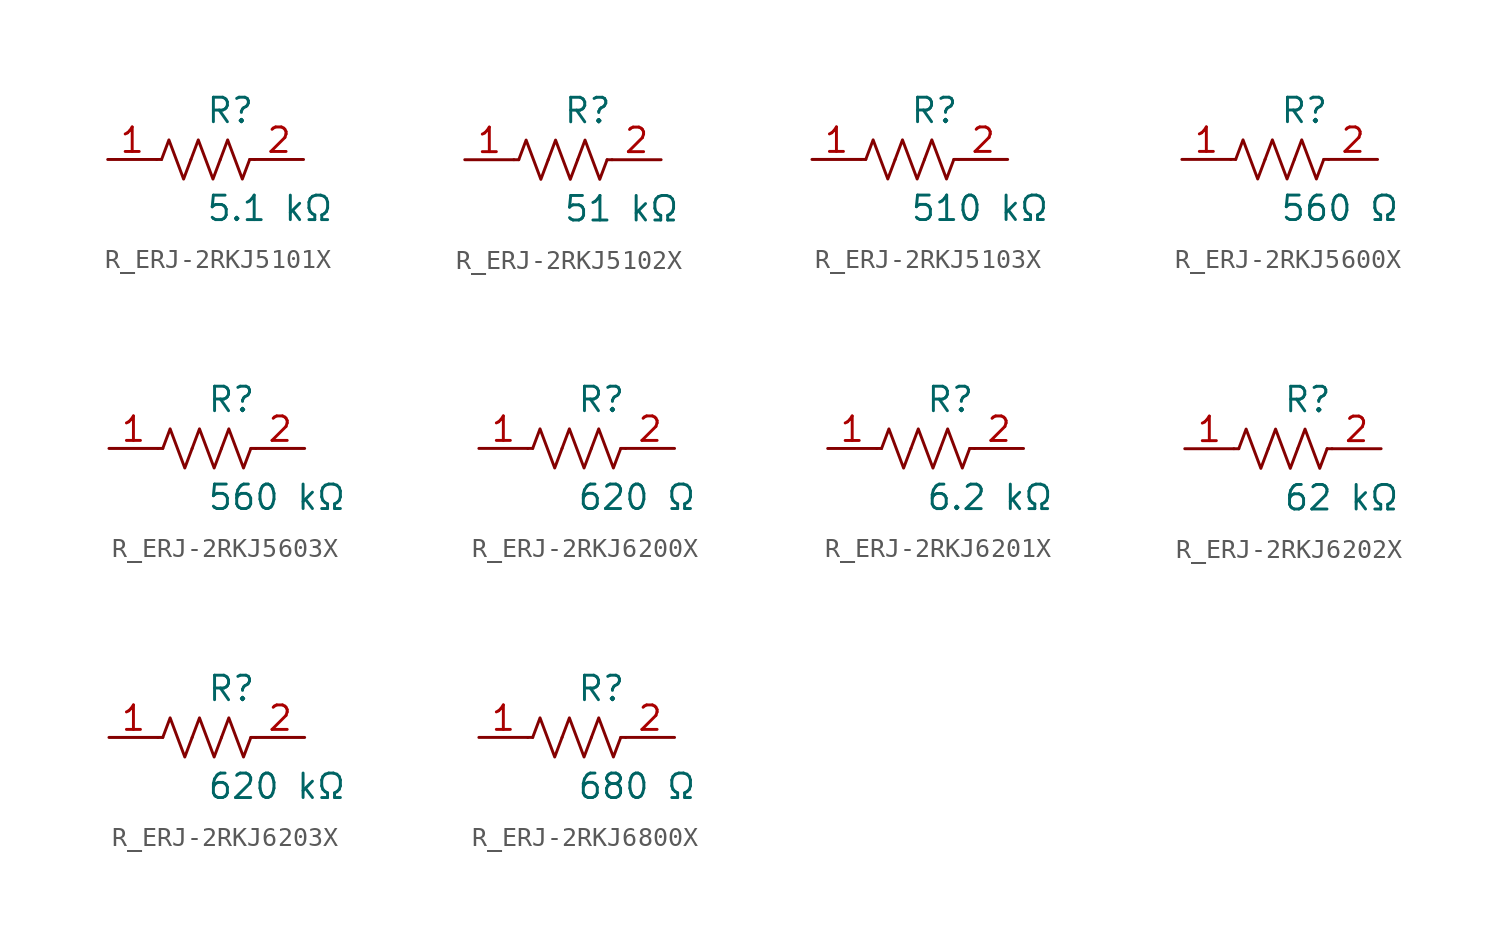
<source format=kicad_sym>
(kicad_symbol_lib
  (version 20231120)
  (generator kicad_symbol_editor)
  (generator_version 8.0)
  (symbol "R_ERJ-2RKJ5101X"
    (pin_names
      (offset 0.254))
    (property "Reference" "R"
      (at 0.0 2.54 0)
      (effects (font (size 1.27 1.27)) (justify left)))
    (property "Value" "5.1 kΩ"
      (at 0.0 -2.54 0)
      (effects (font (size 1.27 1.27)) (justify left)))
    (symbol "R_ERJ-2RKJ5101X_0_1"
      (polyline (pts (xy 2.286 0) (xy 2.54 0)) (stroke (width 0) (type default)) (fill (type none)))
      (polyline (pts (xy -2.286 0) (xy -2.54 0)) (stroke (width 0) (type default)) (fill (type none)))
      (polyline (pts (xy 0.762 0) (xy 1.143 1.016) (xy 1.524 0) (xy 1.905 -1.016) (xy 2.286 0)) (stroke (width 0) (type default)) (fill (type none)))
      (polyline (pts (xy -0.762 0) (xy -0.381 1.016) (xy 0 0) (xy 0.381 -1.016) (xy 0.762 0)) (stroke (width 0) (type default)) (fill (type none)))
      (polyline (pts (xy -2.286 0) (xy -1.905 1.016) (xy -1.524 0) (xy -1.143 -1.016) (xy -0.762 0)) (stroke (width 0) (type default)) (fill (type none))))
    (pin unspecified line
      (at -5.08 0 0)
      (length 2.54)
      (name "" (effects (font (size 1.27 1.27))))
      (number "1" (effects (font (size 1.27 1.27)))))
    (pin unspecified line
      (at 5.08 0 180)
      (length 2.54)
      (name "" (effects (font (size 1.27 1.27))))
      (number "2" (effects (font (size 1.27 1.27))))))
  (symbol "R_ERJ-2RKJ5102X"
    (pin_names
      (offset 0.254))
    (property "Reference" "R"
      (at 0.0 2.54 0)
      (effects (font (size 1.27 1.27)) (justify left)))
    (property "Value" "51 kΩ"
      (at 0.0 -2.54 0)
      (effects (font (size 1.27 1.27)) (justify left)))
    (symbol "R_ERJ-2RKJ5102X_0_1"
      (polyline (pts (xy 2.286 0) (xy 2.54 0)) (stroke (width 0) (type default)) (fill (type none)))
      (polyline (pts (xy -2.286 0) (xy -2.54 0)) (stroke (width 0) (type default)) (fill (type none)))
      (polyline (pts (xy 0.762 0) (xy 1.143 1.016) (xy 1.524 0) (xy 1.905 -1.016) (xy 2.286 0)) (stroke (width 0) (type default)) (fill (type none)))
      (polyline (pts (xy -0.762 0) (xy -0.381 1.016) (xy 0 0) (xy 0.381 -1.016) (xy 0.762 0)) (stroke (width 0) (type default)) (fill (type none)))
      (polyline (pts (xy -2.286 0) (xy -1.905 1.016) (xy -1.524 0) (xy -1.143 -1.016) (xy -0.762 0)) (stroke (width 0) (type default)) (fill (type none))))
    (pin unspecified line
      (at -5.08 0 0)
      (length 2.54)
      (name "" (effects (font (size 1.27 1.27))))
      (number "1" (effects (font (size 1.27 1.27)))))
    (pin unspecified line
      (at 5.08 0 180)
      (length 2.54)
      (name "" (effects (font (size 1.27 1.27))))
      (number "2" (effects (font (size 1.27 1.27))))))
  (symbol "R_ERJ-2RKJ5103X"
    (pin_names
      (offset 0.254))
    (property "Reference" "R"
      (at 0.0 2.54 0)
      (effects (font (size 1.27 1.27)) (justify left)))
    (property "Value" "510 kΩ"
      (at 0.0 -2.54 0)
      (effects (font (size 1.27 1.27)) (justify left)))
    (symbol "R_ERJ-2RKJ5103X_0_1"
      (polyline (pts (xy 2.286 0) (xy 2.54 0)) (stroke (width 0) (type default)) (fill (type none)))
      (polyline (pts (xy -2.286 0) (xy -2.54 0)) (stroke (width 0) (type default)) (fill (type none)))
      (polyline (pts (xy 0.762 0) (xy 1.143 1.016) (xy 1.524 0) (xy 1.905 -1.016) (xy 2.286 0)) (stroke (width 0) (type default)) (fill (type none)))
      (polyline (pts (xy -0.762 0) (xy -0.381 1.016) (xy 0 0) (xy 0.381 -1.016) (xy 0.762 0)) (stroke (width 0) (type default)) (fill (type none)))
      (polyline (pts (xy -2.286 0) (xy -1.905 1.016) (xy -1.524 0) (xy -1.143 -1.016) (xy -0.762 0)) (stroke (width 0) (type default)) (fill (type none))))
    (pin unspecified line
      (at -5.08 0 0)
      (length 2.54)
      (name "" (effects (font (size 1.27 1.27))))
      (number "1" (effects (font (size 1.27 1.27)))))
    (pin unspecified line
      (at 5.08 0 180)
      (length 2.54)
      (name "" (effects (font (size 1.27 1.27))))
      (number "2" (effects (font (size 1.27 1.27))))))
  (symbol "R_ERJ-2RKJ5600X"
    (pin_names
      (offset 0.254))
    (property "Reference" "R"
      (at 0.0 2.54 0)
      (effects (font (size 1.27 1.27)) (justify left)))
    (property "Value" "560 Ω"
      (at 0.0 -2.54 0)
      (effects (font (size 1.27 1.27)) (justify left)))
    (symbol "R_ERJ-2RKJ5600X_0_1"
      (polyline (pts (xy 2.286 0) (xy 2.54 0)) (stroke (width 0) (type default)) (fill (type none)))
      (polyline (pts (xy -2.286 0) (xy -2.54 0)) (stroke (width 0) (type default)) (fill (type none)))
      (polyline (pts (xy 0.762 0) (xy 1.143 1.016) (xy 1.524 0) (xy 1.905 -1.016) (xy 2.286 0)) (stroke (width 0) (type default)) (fill (type none)))
      (polyline (pts (xy -0.762 0) (xy -0.381 1.016) (xy 0 0) (xy 0.381 -1.016) (xy 0.762 0)) (stroke (width 0) (type default)) (fill (type none)))
      (polyline (pts (xy -2.286 0) (xy -1.905 1.016) (xy -1.524 0) (xy -1.143 -1.016) (xy -0.762 0)) (stroke (width 0) (type default)) (fill (type none))))
    (pin unspecified line
      (at -5.08 0 0)
      (length 2.54)
      (name "" (effects (font (size 1.27 1.27))))
      (number "1" (effects (font (size 1.27 1.27)))))
    (pin unspecified line
      (at 5.08 0 180)
      (length 2.54)
      (name "" (effects (font (size 1.27 1.27))))
      (number "2" (effects (font (size 1.27 1.27))))))
  (symbol "R_ERJ-2RKJ5603X"
    (pin_names
      (offset 0.254))
    (property "Reference" "R"
      (at 0.0 2.54 0)
      (effects (font (size 1.27 1.27)) (justify left)))
    (property "Value" "560 kΩ"
      (at 0.0 -2.54 0)
      (effects (font (size 1.27 1.27)) (justify left)))
    (symbol "R_ERJ-2RKJ5603X_0_1"
      (polyline (pts (xy 2.286 0) (xy 2.54 0)) (stroke (width 0) (type default)) (fill (type none)))
      (polyline (pts (xy -2.286 0) (xy -2.54 0)) (stroke (width 0) (type default)) (fill (type none)))
      (polyline (pts (xy 0.762 0) (xy 1.143 1.016) (xy 1.524 0) (xy 1.905 -1.016) (xy 2.286 0)) (stroke (width 0) (type default)) (fill (type none)))
      (polyline (pts (xy -0.762 0) (xy -0.381 1.016) (xy 0 0) (xy 0.381 -1.016) (xy 0.762 0)) (stroke (width 0) (type default)) (fill (type none)))
      (polyline (pts (xy -2.286 0) (xy -1.905 1.016) (xy -1.524 0) (xy -1.143 -1.016) (xy -0.762 0)) (stroke (width 0) (type default)) (fill (type none))))
    (pin unspecified line
      (at -5.08 0 0)
      (length 2.54)
      (name "" (effects (font (size 1.27 1.27))))
      (number "1" (effects (font (size 1.27 1.27)))))
    (pin unspecified line
      (at 5.08 0 180)
      (length 2.54)
      (name "" (effects (font (size 1.27 1.27))))
      (number "2" (effects (font (size 1.27 1.27))))))
  (symbol "R_ERJ-2RKJ6200X"
    (pin_names
      (offset 0.254))
    (property "Reference" "R"
      (at 0.0 2.54 0)
      (effects (font (size 1.27 1.27)) (justify left)))
    (property "Value" "620 Ω"
      (at 0.0 -2.54 0)
      (effects (font (size 1.27 1.27)) (justify left)))
    (symbol "R_ERJ-2RKJ6200X_0_1"
      (polyline (pts (xy 2.286 0) (xy 2.54 0)) (stroke (width 0) (type default)) (fill (type none)))
      (polyline (pts (xy -2.286 0) (xy -2.54 0)) (stroke (width 0) (type default)) (fill (type none)))
      (polyline (pts (xy 0.762 0) (xy 1.143 1.016) (xy 1.524 0) (xy 1.905 -1.016) (xy 2.286 0)) (stroke (width 0) (type default)) (fill (type none)))
      (polyline (pts (xy -0.762 0) (xy -0.381 1.016) (xy 0 0) (xy 0.381 -1.016) (xy 0.762 0)) (stroke (width 0) (type default)) (fill (type none)))
      (polyline (pts (xy -2.286 0) (xy -1.905 1.016) (xy -1.524 0) (xy -1.143 -1.016) (xy -0.762 0)) (stroke (width 0) (type default)) (fill (type none))))
    (pin unspecified line
      (at -5.08 0 0)
      (length 2.54)
      (name "" (effects (font (size 1.27 1.27))))
      (number "1" (effects (font (size 1.27 1.27)))))
    (pin unspecified line
      (at 5.08 0 180)
      (length 2.54)
      (name "" (effects (font (size 1.27 1.27))))
      (number "2" (effects (font (size 1.27 1.27))))))
  (symbol "R_ERJ-2RKJ6201X"
    (pin_names
      (offset 0.254))
    (property "Reference" "R"
      (at 0.0 2.54 0)
      (effects (font (size 1.27 1.27)) (justify left)))
    (property "Value" "6.2 kΩ"
      (at 0.0 -2.54 0)
      (effects (font (size 1.27 1.27)) (justify left)))
    (symbol "R_ERJ-2RKJ6201X_0_1"
      (polyline (pts (xy 2.286 0) (xy 2.54 0)) (stroke (width 0) (type default)) (fill (type none)))
      (polyline (pts (xy -2.286 0) (xy -2.54 0)) (stroke (width 0) (type default)) (fill (type none)))
      (polyline (pts (xy 0.762 0) (xy 1.143 1.016) (xy 1.524 0) (xy 1.905 -1.016) (xy 2.286 0)) (stroke (width 0) (type default)) (fill (type none)))
      (polyline (pts (xy -0.762 0) (xy -0.381 1.016) (xy 0 0) (xy 0.381 -1.016) (xy 0.762 0)) (stroke (width 0) (type default)) (fill (type none)))
      (polyline (pts (xy -2.286 0) (xy -1.905 1.016) (xy -1.524 0) (xy -1.143 -1.016) (xy -0.762 0)) (stroke (width 0) (type default)) (fill (type none))))
    (pin unspecified line
      (at -5.08 0 0)
      (length 2.54)
      (name "" (effects (font (size 1.27 1.27))))
      (number "1" (effects (font (size 1.27 1.27)))))
    (pin unspecified line
      (at 5.08 0 180)
      (length 2.54)
      (name "" (effects (font (size 1.27 1.27))))
      (number "2" (effects (font (size 1.27 1.27))))))
  (symbol "R_ERJ-2RKJ6202X"
    (pin_names
      (offset 0.254))
    (property "Reference" "R"
      (at 0.0 2.54 0)
      (effects (font (size 1.27 1.27)) (justify left)))
    (property "Value" "62 kΩ"
      (at 0.0 -2.54 0)
      (effects (font (size 1.27 1.27)) (justify left)))
    (symbol "R_ERJ-2RKJ6202X_0_1"
      (polyline (pts (xy 2.286 0) (xy 2.54 0)) (stroke (width 0) (type default)) (fill (type none)))
      (polyline (pts (xy -2.286 0) (xy -2.54 0)) (stroke (width 0) (type default)) (fill (type none)))
      (polyline (pts (xy 0.762 0) (xy 1.143 1.016) (xy 1.524 0) (xy 1.905 -1.016) (xy 2.286 0)) (stroke (width 0) (type default)) (fill (type none)))
      (polyline (pts (xy -0.762 0) (xy -0.381 1.016) (xy 0 0) (xy 0.381 -1.016) (xy 0.762 0)) (stroke (width 0) (type default)) (fill (type none)))
      (polyline (pts (xy -2.286 0) (xy -1.905 1.016) (xy -1.524 0) (xy -1.143 -1.016) (xy -0.762 0)) (stroke (width 0) (type default)) (fill (type none))))
    (pin unspecified line
      (at -5.08 0 0)
      (length 2.54)
      (name "" (effects (font (size 1.27 1.27))))
      (number "1" (effects (font (size 1.27 1.27)))))
    (pin unspecified line
      (at 5.08 0 180)
      (length 2.54)
      (name "" (effects (font (size 1.27 1.27))))
      (number "2" (effects (font (size 1.27 1.27))))))
  (symbol "R_ERJ-2RKJ6203X"
    (pin_names
      (offset 0.254))
    (property "Reference" "R"
      (at 0.0 2.54 0)
      (effects (font (size 1.27 1.27)) (justify left)))
    (property "Value" "620 kΩ"
      (at 0.0 -2.54 0)
      (effects (font (size 1.27 1.27)) (justify left)))
    (symbol "R_ERJ-2RKJ6203X_0_1"
      (polyline (pts (xy 2.286 0) (xy 2.54 0)) (stroke (width 0) (type default)) (fill (type none)))
      (polyline (pts (xy -2.286 0) (xy -2.54 0)) (stroke (width 0) (type default)) (fill (type none)))
      (polyline (pts (xy 0.762 0) (xy 1.143 1.016) (xy 1.524 0) (xy 1.905 -1.016) (xy 2.286 0)) (stroke (width 0) (type default)) (fill (type none)))
      (polyline (pts (xy -0.762 0) (xy -0.381 1.016) (xy 0 0) (xy 0.381 -1.016) (xy 0.762 0)) (stroke (width 0) (type default)) (fill (type none)))
      (polyline (pts (xy -2.286 0) (xy -1.905 1.016) (xy -1.524 0) (xy -1.143 -1.016) (xy -0.762 0)) (stroke (width 0) (type default)) (fill (type none))))
    (pin unspecified line
      (at -5.08 0 0)
      (length 2.54)
      (name "" (effects (font (size 1.27 1.27))))
      (number "1" (effects (font (size 1.27 1.27)))))
    (pin unspecified line
      (at 5.08 0 180)
      (length 2.54)
      (name "" (effects (font (size 1.27 1.27))))
      (number "2" (effects (font (size 1.27 1.27))))))
  (symbol "R_ERJ-2RKJ6800X"
    (pin_names
      (offset 0.254))
    (property "Reference" "R"
      (at 0.0 2.54 0)
      (effects (font (size 1.27 1.27)) (justify left)))
    (property "Value" "680 Ω"
      (at 0.0 -2.54 0)
      (effects (font (size 1.27 1.27)) (justify left)))
    (symbol "R_ERJ-2RKJ6800X_0_1"
      (polyline (pts (xy 2.286 0) (xy 2.54 0)) (stroke (width 0) (type default)) (fill (type none)))
      (polyline (pts (xy -2.286 0) (xy -2.54 0)) (stroke (width 0) (type default)) (fill (type none)))
      (polyline (pts (xy 0.762 0) (xy 1.143 1.016) (xy 1.524 0) (xy 1.905 -1.016) (xy 2.286 0)) (stroke (width 0) (type default)) (fill (type none)))
      (polyline (pts (xy -0.762 0) (xy -0.381 1.016) (xy 0 0) (xy 0.381 -1.016) (xy 0.762 0)) (stroke (width 0) (type default)) (fill (type none)))
      (polyline (pts (xy -2.286 0) (xy -1.905 1.016) (xy -1.524 0) (xy -1.143 -1.016) (xy -0.762 0)) (stroke (width 0) (type default)) (fill (type none))))
    (pin unspecified line
      (at -5.08 0 0)
      (length 2.54)
      (name "" (effects (font (size 1.27 1.27))))
      (number "1" (effects (font (size 1.27 1.27)))))
    (pin unspecified line
      (at 5.08 0 180)
      (length 2.54)
      (name "" (effects (font (size 1.27 1.27))))
      (number "2" (effects (font (size 1.27 1.27)))))))
</source>
